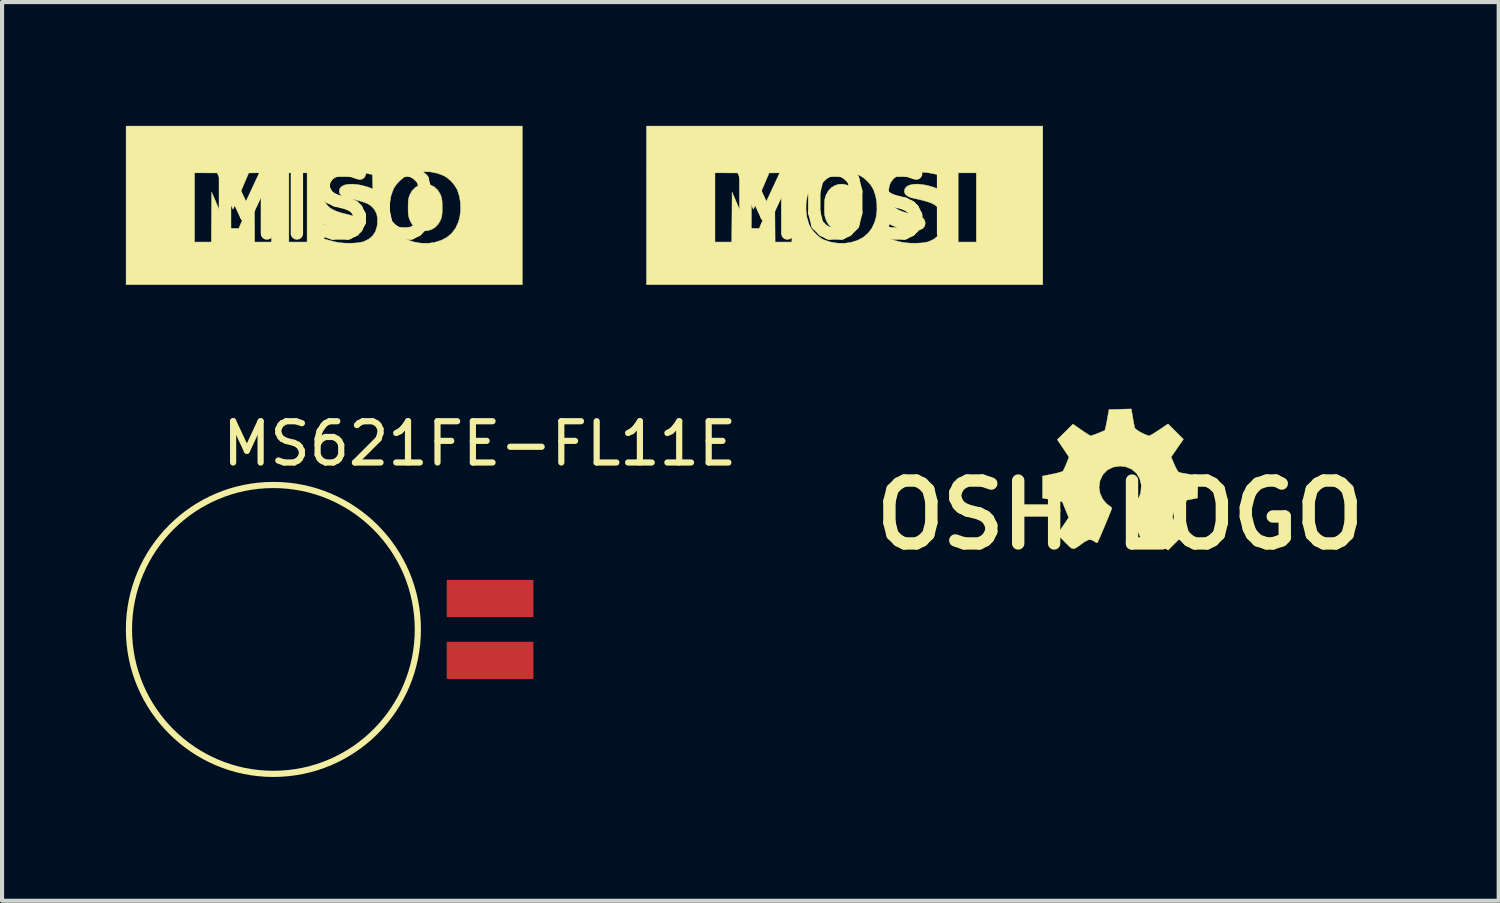
<source format=kicad_pcb>
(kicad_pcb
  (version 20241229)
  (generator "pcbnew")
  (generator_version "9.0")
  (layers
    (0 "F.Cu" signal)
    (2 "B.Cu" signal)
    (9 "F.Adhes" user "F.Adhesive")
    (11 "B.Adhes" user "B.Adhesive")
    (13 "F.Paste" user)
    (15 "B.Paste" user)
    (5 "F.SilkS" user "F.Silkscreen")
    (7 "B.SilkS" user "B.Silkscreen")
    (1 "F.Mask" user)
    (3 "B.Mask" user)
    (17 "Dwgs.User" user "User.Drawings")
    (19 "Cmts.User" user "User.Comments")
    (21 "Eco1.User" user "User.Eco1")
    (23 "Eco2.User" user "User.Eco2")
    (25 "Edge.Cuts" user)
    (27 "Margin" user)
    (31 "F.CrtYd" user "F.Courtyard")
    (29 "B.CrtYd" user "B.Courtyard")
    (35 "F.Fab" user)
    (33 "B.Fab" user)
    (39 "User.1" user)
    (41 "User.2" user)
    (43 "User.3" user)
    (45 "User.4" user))
  (footprint "OSH LOGO"
    (layer "F.Cu")
    (at 24.09 9.429)
    (property "Reference" "OSH LOGO" (at 0 0 0) (layer "F.SilkS") (effects (font (size 1.524 1.524) (thickness 0.3))))
    (attr through_hole)
    (fp_poly (pts (xy 0.308 -2.365) (xy 0.327 -2.256) (xy 0.345 -2.165) (xy 0.357 -2.11) (xy 0.357 -2.108) (xy 0.388 -2.075) (xy 0.453 -2.03) (xy 0.537 -1.984) (xy 0.622 -1.945) (xy 0.691 -1.922) (xy 0.71 -1.919) (xy 0.744 -1.934) (xy 0.812 -1.974) (xy 0.902 -2.032) (xy 0.95 -2.063) (xy 1.164 -2.208) (xy 1.536 -1.836) (xy 1.387 -1.621) (xy 1.238 -1.406) (xy 1.314 -1.227) (xy 1.357 -1.135) (xy 1.396 -1.066) (xy 1.423 -1.035) (xy 1.424 -1.035) (xy 1.466 -1.024) (xy 1.548 -1.008) (xy 1.654 -0.99) (xy 1.675 -0.987) (xy 1.893 -0.951) (xy 1.885 -0.681) (xy 1.877 -0.411) (xy 1.643 -0.365) (xy 1.536 -0.342) (xy 1.452 -0.323) (xy 1.406 -0.31) (xy 1.401 -0.307) (xy 1.38 -0.265) (xy 1.349 -0.19) (xy 1.316 -0.101) (xy 1.288 -0.018) (xy 1.272 0.039) (xy 1.27 0.05) (xy 1.285 0.093) (xy 1.326 0.167) (xy 1.383 0.259) (xy 1.403 0.288) (xy 1.535 0.482) (xy 1.35 0.667) (xy 1.165 0.852) (xy 0.963 0.718) (xy 0.76 0.583) (xy 0.656 0.633) (xy 0.59 0.658) (xy 0.548 0.663) (xy 0.543 0.659) (xy 0.53 0.626) (xy 0.498 0.55) (xy 0.453 0.442) (xy 0.399 0.311) (xy 0.369 0.24) (xy 0.203 -0.155) (xy 0.338 -0.284) (xy 0.422 -0.374) (xy 0.473 -0.456) (xy 0.503 -0.552) (xy 0.504 -0.556) (xy 0.515 -0.727) (xy 0.477 -0.882) (xy 0.397 -1.013) (xy 0.279 -1.112) (xy 0.131 -1.171) (xy 0.003 -1.185) (xy -0.166 -1.16) (xy -0.308 -1.089) (xy -0.416 -0.978) (xy -0.485 -0.833) (xy -0.508 -0.67) (xy -0.485 -0.527) (xy -0.423 -0.39) (xy -0.332 -0.279) (xy -0.295 -0.25) (xy -0.235 -0.205) (xy -0.201 -0.172) (xy -0.198 -0.166) (xy -0.208 -0.135) (xy -0.236 -0.063) (xy -0.277 0.038) (xy -0.327 0.159) (xy -0.381 0.288) (xy -0.434 0.413) (xy -0.482 0.525) (xy -0.521 0.612) (xy -0.544 0.663) (xy -0.549 0.672) (xy -0.578 0.666) (xy -0.625 0.638) (xy -0.696 0.601) (xy -0.763 0.601) (xy -0.843 0.639) (xy -0.892 0.672) (xy -1 0.751) (xy -1.074 0.8) (xy -1.129 0.817) (xy -1.176 0.804) (xy -1.232 0.759) (xy -1.309 0.681) (xy -1.332 0.658) (xy -1.52 0.471) (xy -1.381 0.266) (xy -1.243 0.061) (xy -1.322 -0.13) (xy -1.4 -0.322) (xy -1.639 -0.366) (xy -1.877 -0.409) (xy -1.877 -0.943) (xy -1.642 -0.99) (xy -1.532 -1.014) (xy -1.444 -1.038) (xy -1.392 -1.057) (xy -1.385 -1.062) (xy -1.363 -1.1) (xy -1.329 -1.173) (xy -1.299 -1.245) (xy -1.235 -1.403) (xy -1.52 -1.826) (xy -1.33 -2.014) (xy -1.14 -2.203) (xy -0.938 -2.061) (xy -0.844 -1.997) (xy -0.767 -1.948) (xy -0.719 -1.922) (xy -0.71 -1.919) (xy -0.674 -1.929) (xy -0.605 -1.953) (xy -0.521 -1.985) (xy -0.441 -2.018) (xy -0.384 -2.043) (xy -0.369 -2.051) (xy -0.359 -2.081) (xy -0.342 -2.154) (xy -0.322 -2.255) (xy -0.312 -2.307) (xy -0.267 -2.554) (xy 0.003 -2.562) (xy 0.273 -2.57) (xy 0.308 -2.365)) (stroke (width 0.01) (type solid)) (fill yes) (layer "F.SilkS")))
  (footprint "MS621FE-FL11E"
    (layer "F.Cu")
    (at 8.575 7.202)
    (property "Reference" "MS621FE-FL11E" (at 0 0.5 0) (layer "F.SilkS") (effects (font (size 1 1) (thickness 0.15))))
    (attr through_hole)
    (fp_circle (center -5 5) (end -5 1.5) (stroke (width 0.15) (type solid)) (fill no) (layer "F.SilkS"))
    (pad "1" smd rect (at 0.25 4.25) (size 2.1 0.9) (layers "F.Cu" "F.Mask" "F.Paste"))
    (pad "2" smd rect (at 0.25 5.75) (size 2.1 0.9) (layers "F.Cu" "F.Mask" "F.Paste")))
  (footprint "MOSI"
    (layer "F.Cu")
    (at 17.408 1.918)
    (property "Reference" "MOSI" (at 0 0 0) (layer "F.SilkS") (effects (font (size 1.524 1.524) (thickness 0.3))))
    (attr through_hole)
    (fp_poly (pts (xy 0.066 -0.484) (xy 0.156 -0.437) (xy 0.234 -0.365) (xy 0.295 -0.268) (xy 0.308 -0.24) (xy 0.325 -0.191) (xy 0.336 -0.142) (xy 0.342 -0.084) (xy 0.345 -0.008) (xy 0.346 0.059) (xy 0.345 0.153) (xy 0.341 0.223) (xy 0.333 0.277) (xy 0.32 0.325) (xy 0.308 0.358) (xy 0.25 0.462) (xy 0.172 0.542) (xy 0.079 0.597) (xy -0.026 0.624) (xy -0.137 0.621) (xy -0.209 0.602) (xy -0.298 0.556) (xy -0.37 0.488) (xy -0.427 0.393) (xy -0.443 0.356) (xy -0.46 0.308) (xy -0.472 0.261) (xy -0.478 0.203) (xy -0.481 0.128) (xy -0.481 0.059) (xy -0.48 -0.035) (xy -0.476 -0.105) (xy -0.468 -0.159) (xy -0.455 -0.206) (xy -0.443 -0.24) (xy -0.387 -0.343) (xy -0.312 -0.421) (xy -0.225 -0.474) (xy -0.129 -0.503) (xy -0.031 -0.506) (xy 0.066 -0.484)) (stroke (width 0.01) (type solid)) (fill yes) (layer "F.SilkS"))
    (fp_poly (pts (xy 4.809 1.93) (xy -4.792 1.93) (xy -4.792 -0.779) (xy -3.133 -0.779) (xy -3.133 0.897) (xy -2.727 0.897) (xy -2.722 0.293) (xy -2.718 -0.311) (xy -2.53 0.128) (xy -2.342 0.567) (xy -2.061 0.567) (xy -1.873 0.128) (xy -1.685 -0.311) (xy -1.68 0.293) (xy -1.676 0.897) (xy -1.27 0.897) (xy -1.27 0.124) (xy -0.927 0.124) (xy -0.905 0.298) (xy -0.857 0.461) (xy -0.839 0.502) (xy -0.788 0.587) (xy -0.715 0.674) (xy -0.63 0.754) (xy -0.543 0.818) (xy -0.501 0.84) (xy -0.342 0.895) (xy -0.17 0.924) (xy 0.008 0.927) (xy 0.161 0.906) (xy 0.322 0.856) (xy 0.461 0.782) (xy 0.577 0.683) (xy 0.67 0.56) (xy 0.737 0.413) (xy 0.771 0.294) (xy 0.792 0.128) (xy 0.789 -0.042) (xy 0.763 -0.208) (xy 0.748 -0.254) (xy 1.073 -0.254) (xy 1.084 -0.16) (xy 1.108 -0.083) (xy 1.112 -0.075) (xy 1.16 -0.002) (xy 1.221 0.06) (xy 1.299 0.111) (xy 1.399 0.156) (xy 1.526 0.196) (xy 1.628 0.221) (xy 1.737 0.248) (xy 1.817 0.272) (xy 1.874 0.296) (xy 1.911 0.321) (xy 1.935 0.35) (xy 1.94 0.357) (xy 1.962 0.424) (xy 1.955 0.489) (xy 1.944 0.517) (xy 1.903 0.567) (xy 1.837 0.601) (xy 1.749 0.62) (xy 1.644 0.623) (xy 1.525 0.611) (xy 1.398 0.582) (xy 1.266 0.539) (xy 1.218 0.519) (xy 1.083 0.46) (xy 1.087 0.641) (xy 1.092 0.821) (xy 1.226 0.859) (xy 1.356 0.893) (xy 1.475 0.913) (xy 1.595 0.924) (xy 1.731 0.925) (xy 1.761 0.924) (xy 1.869 0.919) (xy 1.953 0.909) (xy 2.023 0.894) (xy 2.057 0.883) (xy 2.175 0.826) (xy 2.266 0.748) (xy 2.331 0.649) (xy 2.371 0.528) (xy 2.382 0.447) (xy 2.383 0.32) (xy 2.363 0.215) (xy 2.32 0.125) (xy 2.284 0.078) (xy 2.242 0.035) (xy 2.197 -0.001) (xy 2.143 -0.033) (xy 2.075 -0.061) (xy 1.99 -0.089) (xy 1.882 -0.118) (xy 1.747 -0.149) (xy 1.685 -0.162) (xy 1.581 -0.192) (xy 1.509 -0.232) (xy 1.468 -0.281) (xy 1.456 -0.335) (xy 1.471 -0.399) (xy 1.515 -0.449) (xy 1.584 -0.484) (xy 1.677 -0.503) (xy 1.791 -0.506) (xy 1.923 -0.491) (xy 1.976 -0.481) (xy 2.052 -0.463) (xy 2.129 -0.442) (xy 2.187 -0.422) (xy 2.27 -0.389) (xy 2.265 -0.563) (xy 2.261 -0.737) (xy 2.117 -0.768) (xy 2.049 -0.779) (xy 2.76 -0.779) (xy 2.76 0.897) (xy 3.2 0.897) (xy 3.2 -0.779) (xy 2.76 -0.779) (xy 2.049 -0.779) (xy 2.005 -0.786) (xy 1.871 -0.797) (xy 1.727 -0.801) (xy 1.627 -0.801) (xy 1.553 -0.8) (xy 1.498 -0.795) (xy 1.454 -0.788) (xy 1.413 -0.775) (xy 1.387 -0.766) (xy 1.275 -0.706) (xy 1.183 -0.627) (xy 1.118 -0.535) (xy 1.115 -0.529) (xy 1.089 -0.45) (xy 1.075 -0.355) (xy 1.073 -0.254) (xy 0.748 -0.254) (xy 0.715 -0.358) (xy 0.706 -0.378) (xy 0.646 -0.479) (xy 0.563 -0.576) (xy 0.468 -0.659) (xy 0.384 -0.711) (xy 0.225 -0.771) (xy 0.054 -0.804) (xy -0.123 -0.809) (xy -0.298 -0.787) (xy -0.463 -0.738) (xy -0.502 -0.721) (xy -0.586 -0.67) (xy -0.674 -0.597) (xy -0.754 -0.513) (xy -0.817 -0.425) (xy -0.839 -0.383) (xy -0.895 -0.225) (xy -0.924 -0.053) (xy -0.927 0.124) (xy -1.27 0.124) (xy -1.27 -0.779) (xy -1.545 -0.779) (xy -1.82 -0.778) (xy -2.007 -0.339) (xy -2.055 -0.225) (xy -2.099 -0.122) (xy -2.138 -0.035) (xy -2.169 0.035) (xy -2.191 0.081) (xy -2.201 0.101) (xy -2.202 0.101) (xy -2.211 0.086) (xy -2.231 0.044) (xy -2.26 -0.021) (xy -2.298 -0.106) (xy -2.341 -0.207) (xy -2.389 -0.319) (xy -2.397 -0.338) (xy -2.582 -0.778) (xy -3.133 -0.779) (xy -4.792 -0.779) (xy -4.792 -1.913) (xy 4.809 -1.913) (xy 4.809 1.93)) (stroke (width 0.01) (type solid)) (fill yes) (layer "F.SilkS")))
  (footprint "MISO"
    (layer "F.Cu")
    (at 4.797 1.918)
    (property "Reference" "MISO" (at 0 0 0) (layer "F.SilkS") (effects (font (size 1.524 1.524) (thickness 0.3))))
    (attr through_hole)
    (fp_poly (pts (xy 2.589 -0.484) (xy 2.679 -0.437) (xy 2.757 -0.365) (xy 2.818 -0.268) (xy 2.831 -0.24) (xy 2.848 -0.191) (xy 2.859 -0.142) (xy 2.866 -0.084) (xy 2.868 -0.008) (xy 2.869 0.059) (xy 2.868 0.153) (xy 2.864 0.223) (xy 2.856 0.277) (xy 2.843 0.325) (xy 2.831 0.358) (xy 2.773 0.462) (xy 2.695 0.542) (xy 2.602 0.597) (xy 2.497 0.624) (xy 2.386 0.621) (xy 2.315 0.602) (xy 2.225 0.556) (xy 2.153 0.488) (xy 2.096 0.393) (xy 2.08 0.356) (xy 2.063 0.308) (xy 2.052 0.261) (xy 2.045 0.203) (xy 2.042 0.128) (xy 2.042 0.059) (xy 2.043 -0.035) (xy 2.047 -0.105) (xy 2.055 -0.159) (xy 2.068 -0.206) (xy 2.08 -0.24) (xy 2.136 -0.343) (xy 2.211 -0.421) (xy 2.298 -0.474) (xy 2.394 -0.503) (xy 2.492 -0.506) (xy 2.589 -0.484)) (stroke (width 0.01) (type solid)) (fill yes) (layer "F.SilkS"))
    (fp_poly (pts (xy 4.809 1.93) (xy -4.792 1.93) (xy -4.792 -0.779) (xy -3.133 -0.779) (xy -3.133 0.897) (xy -2.727 0.897) (xy -2.722 0.293) (xy -2.718 -0.311) (xy -2.53 0.128) (xy -2.342 0.567) (xy -2.061 0.567) (xy -1.873 0.128) (xy -1.685 -0.311) (xy -1.68 0.293) (xy -1.676 0.897) (xy -1.27 0.897) (xy -1.27 -0.779) (xy -0.847 -0.779) (xy -0.847 0.897) (xy -0.406 0.897) (xy -0.406 -0.254) (xy -0.01 -0.254) (xy 0.001 -0.16) (xy 0.024 -0.083) (xy 0.028 -0.075) (xy 0.076 -0.002) (xy 0.137 0.06) (xy 0.215 0.111) (xy 0.316 0.156) (xy 0.442 0.196) (xy 0.544 0.221) (xy 0.653 0.248) (xy 0.733 0.272) (xy 0.79 0.296) (xy 0.828 0.321) (xy 0.852 0.35) (xy 0.856 0.357) (xy 0.878 0.424) (xy 0.871 0.489) (xy 0.86 0.517) (xy 0.82 0.567) (xy 0.753 0.601) (xy 0.665 0.62) (xy 0.56 0.623) (xy 0.441 0.611) (xy 0.314 0.582) (xy 0.182 0.539) (xy 0.134 0.519) (xy -0.001 0.46) (xy 0.004 0.641) (xy 0.008 0.821) (xy 0.143 0.859) (xy 0.273 0.893) (xy 0.391 0.913) (xy 0.511 0.924) (xy 0.648 0.925) (xy 0.677 0.924) (xy 0.785 0.919) (xy 0.869 0.909) (xy 0.939 0.894) (xy 0.973 0.883) (xy 1.091 0.826) (xy 1.182 0.748) (xy 1.247 0.649) (xy 1.287 0.528) (xy 1.298 0.447) (xy 1.3 0.32) (xy 1.28 0.215) (xy 1.236 0.125) (xy 1.236 0.124) (xy 1.596 0.124) (xy 1.618 0.298) (xy 1.666 0.461) (xy 1.684 0.502) (xy 1.735 0.587) (xy 1.808 0.674) (xy 1.893 0.754) (xy 1.98 0.818) (xy 2.022 0.84) (xy 2.181 0.895) (xy 2.353 0.924) (xy 2.531 0.927) (xy 2.684 0.906) (xy 2.845 0.856) (xy 2.985 0.782) (xy 3.101 0.683) (xy 3.193 0.56) (xy 3.26 0.413) (xy 3.294 0.294) (xy 3.315 0.128) (xy 3.312 -0.042) (xy 3.286 -0.208) (xy 3.238 -0.358) (xy 3.229 -0.378) (xy 3.169 -0.479) (xy 3.086 -0.576) (xy 2.991 -0.659) (xy 2.907 -0.711) (xy 2.748 -0.771) (xy 2.577 -0.804) (xy 2.4 -0.809) (xy 2.225 -0.787) (xy 2.06 -0.738) (xy 2.021 -0.721) (xy 1.937 -0.67) (xy 1.85 -0.597) (xy 1.769 -0.513) (xy 1.706 -0.425) (xy 1.684 -0.383) (xy 1.628 -0.225) (xy 1.599 -0.053) (xy 1.596 0.124) (xy 1.236 0.124) (xy 1.2 0.078) (xy 1.159 0.035) (xy 1.113 -0.001) (xy 1.059 -0.033) (xy 0.991 -0.061) (xy 0.906 -0.089) (xy 0.798 -0.118) (xy 0.663 -0.149) (xy 0.602 -0.162) (xy 0.498 -0.192) (xy 0.426 -0.232) (xy 0.384 -0.281) (xy 0.373 -0.335) (xy 0.388 -0.399) (xy 0.431 -0.449) (xy 0.501 -0.484) (xy 0.593 -0.503) (xy 0.707 -0.506) (xy 0.839 -0.491) (xy 0.892 -0.481) (xy 0.969 -0.463) (xy 1.045 -0.442) (xy 1.104 -0.422) (xy 1.187 -0.389) (xy 1.182 -0.563) (xy 1.177 -0.737) (xy 1.033 -0.768) (xy 0.921 -0.786) (xy 0.787 -0.797) (xy 0.643 -0.801) (xy 0.543 -0.801) (xy 0.469 -0.8) (xy 0.414 -0.795) (xy 0.37 -0.788) (xy 0.33 -0.775) (xy 0.303 -0.766) (xy 0.191 -0.706) (xy 0.099 -0.627) (xy 0.034 -0.535) (xy 0.031 -0.529) (xy 0.005 -0.45) (xy -0.009 -0.355) (xy -0.01 -0.254) (xy -0.406 -0.254) (xy -0.406 -0.779) (xy -0.847 -0.779) (xy -1.27 -0.779) (xy -1.545 -0.779) (xy -1.82 -0.778) (xy -2.007 -0.339) (xy -2.055 -0.225) (xy -2.099 -0.122) (xy -2.138 -0.035) (xy -2.169 0.035) (xy -2.191 0.081) (xy -2.201 0.101) (xy -2.202 0.101) (xy -2.211 0.086) (xy -2.231 0.044) (xy -2.26 -0.021) (xy -2.298 -0.106) (xy -2.341 -0.207) (xy -2.389 -0.319) (xy -2.397 -0.338) (xy -2.582 -0.778) (xy -3.133 -0.779) (xy -4.792 -0.779) (xy -4.792 -1.913) (xy 4.809 -1.913) (xy 4.809 1.93)) (stroke (width 0.01) (type solid)) (fill yes) (layer "F.SilkS")))
  (gr_rect
    (start -3 -3)
    (end 33.266 18.777)
    (stroke (width 0.1) (type default))
    (fill no)
    (layer "Edge.Cuts")))
</source>
